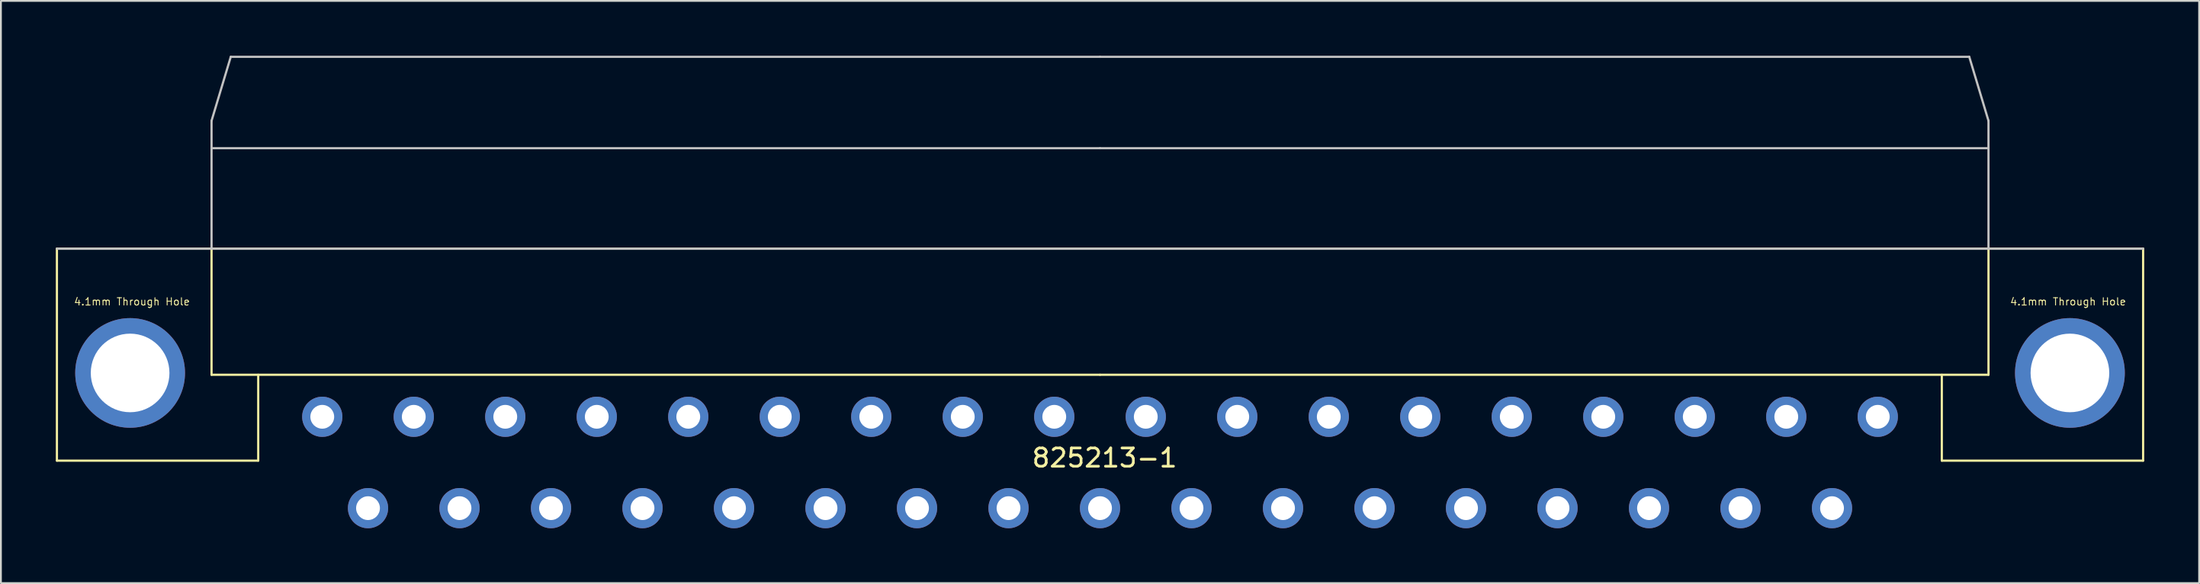
<source format=kicad_pcb>
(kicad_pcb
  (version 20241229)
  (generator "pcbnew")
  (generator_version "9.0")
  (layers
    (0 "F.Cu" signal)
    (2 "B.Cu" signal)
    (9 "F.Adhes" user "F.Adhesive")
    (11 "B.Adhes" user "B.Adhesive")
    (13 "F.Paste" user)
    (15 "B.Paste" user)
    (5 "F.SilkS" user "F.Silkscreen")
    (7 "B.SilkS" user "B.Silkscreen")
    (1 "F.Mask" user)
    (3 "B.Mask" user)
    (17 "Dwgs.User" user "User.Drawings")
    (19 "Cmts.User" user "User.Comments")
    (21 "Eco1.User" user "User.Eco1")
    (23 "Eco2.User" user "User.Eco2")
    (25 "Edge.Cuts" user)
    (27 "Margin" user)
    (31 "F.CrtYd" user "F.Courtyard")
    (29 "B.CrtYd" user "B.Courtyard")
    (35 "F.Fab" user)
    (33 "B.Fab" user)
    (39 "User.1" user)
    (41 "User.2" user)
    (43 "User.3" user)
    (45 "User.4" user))
  (footprint "825213-1"
    (layer "F.Cu")
    (at 57.06 17.46)
    (property "Reference" "825213-1" (at 0.25 4.55 0) (layer "F.SilkS") (effects (font (size 1 1) (thickness 0.15))))
    (attr through_hole)
    (fp_line (start -57 4.7) (end -57 -6.9) (stroke (width 0.12) (type solid)) (layer "F.SilkS"))
    (fp_line (start -57 4.7) (end -46 4.7) (stroke (width 0.12) (type solid)) (layer "F.SilkS"))
    (fp_line (start -48.55 0) (end -48.55 -6.9) (stroke (width 0.12) (type solid)) (layer "F.SilkS"))
    (fp_line (start -48.55 0) (end 0 0) (stroke (width 0.12) (type solid)) (layer "F.SilkS"))
    (fp_line (start -46 0) (end -46 4.7) (stroke (width 0.12) (type solid)) (layer "F.SilkS"))
    (fp_line (start 46 0) (end 46 4.7) (stroke (width 0.12) (type solid)) (layer "F.SilkS"))
    (fp_line (start 48.55 0) (end 0 0) (stroke (width 0.12) (type solid)) (layer "F.SilkS"))
    (fp_line (start 48.55 0) (end 48.55 -6.9) (stroke (width 0.12) (type solid)) (layer "F.SilkS"))
    (fp_line (start 57 -6.9) (end -57 -6.9) (stroke (width 0.12) (type solid)) (layer "F.SilkS"))
    (fp_line (start 57 4.7) (end 46 4.7) (stroke (width 0.12) (type solid)) (layer "F.SilkS"))
    (fp_line (start 57 4.7) (end 57 -6.9) (stroke (width 0.12) (type solid)) (layer "F.SilkS"))
    (fp_circle (center -53 -0.1) (end -55.05 -0.1) (stroke (width 0.12) (type solid)) (fill no) (layer "F.SilkS"))
    (fp_circle (center 53 -0.1) (end 55.05 -0.1) (stroke (width 0.12) (type solid)) (fill no) (layer "F.SilkS"))
    (fp_line (start -48.55 -13.9) (end -48.55 -6.9) (stroke (width 0.12) (type solid)) (layer "Dwgs.User"))
    (fp_line (start -48.55 -13.9) (end -47.5 -17.4) (stroke (width 0.12) (type solid)) (layer "Dwgs.User"))
    (fp_line (start -48.55 -12.4) (end 0 -12.4) (stroke (width 0.12) (type solid)) (layer "Dwgs.User"))
    (fp_line (start 0 -17.4) (end -47.5 -17.4) (stroke (width 0.12) (type solid)) (layer "Dwgs.User"))
    (fp_line (start 0 -17.4) (end 47.5 -17.4) (stroke (width 0.12) (type solid)) (layer "Dwgs.User"))
    (fp_line (start 48.55 -13.9) (end 47.5 -17.4) (stroke (width 0.12) (type solid)) (layer "Dwgs.User"))
    (fp_line (start 48.55 -13.9) (end 48.55 -6.9) (stroke (width 0.12) (type solid)) (layer "Dwgs.User"))
    (fp_line (start 48.55 -12.4) (end 0 -12.4) (stroke (width 0.12) (type solid)) (layer "Dwgs.User"))
    (fp_line (start 57 -6.9) (end -57 -6.9) (stroke (width 0.12) (type solid)) (layer "Dwgs.User"))
    (fp_text user "4.1mm Through Hole" (at 52.9 -4 0) (layer "F.SilkS") (effects (font (size 0.4 0.4) (thickness 0.05))))
    (fp_text user "4.1mm Through Hole" (at -52.9 -4 0) (layer "F.SilkS") (effects (font (size 0.4 0.4) (thickness 0.05))))
    (pad "1" thru_hole circle (at 42.5 2.3) (size 2.2 2.2) (drill 1.3) (layers "*.Cu" "*.Mask"))
    (pad "2" thru_hole circle (at 37.5 2.3) (size 2.2 2.2) (drill 1.3) (layers "*.Cu" "*.Mask"))
    (pad "3" thru_hole circle (at 32.5 2.3) (size 2.2 2.2) (drill 1.3) (layers "*.Cu" "*.Mask"))
    (pad "4" thru_hole circle (at 27.5 2.3) (size 2.2 2.2) (drill 1.3) (layers "*.Cu" "*.Mask"))
    (pad "5" thru_hole circle (at 22.5 2.3) (size 2.2 2.2) (drill 1.3) (layers "*.Cu" "*.Mask"))
    (pad "6" thru_hole circle (at 17.5 2.3) (size 2.2 2.2) (drill 1.3) (layers "*.Cu" "*.Mask"))
    (pad "7" thru_hole circle (at 12.5 2.3) (size 2.2 2.2) (drill 1.3) (layers "*.Cu" "*.Mask"))
    (pad "8" thru_hole circle (at 7.5 2.3) (size 2.2 2.2) (drill 1.3) (layers "*.Cu" "*.Mask"))
    (pad "9" thru_hole circle (at 2.5 2.3) (size 2.2 2.2) (drill 1.3) (layers "*.Cu" "*.Mask"))
    (pad "10" thru_hole circle (at -2.5 2.3) (size 2.2 2.2) (drill 1.3) (layers "*.Cu" "*.Mask"))
    (pad "11" thru_hole circle (at -7.5 2.3) (size 2.2 2.2) (drill 1.3) (layers "*.Cu" "*.Mask"))
    (pad "12" thru_hole circle (at -12.5 2.3) (size 2.2 2.2) (drill 1.3) (layers "*.Cu" "*.Mask"))
    (pad "13" thru_hole circle (at -17.5 2.3) (size 2.2 2.2) (drill 1.3) (layers "*.Cu" "*.Mask"))
    (pad "14" thru_hole circle (at -22.5 2.3) (size 2.2 2.2) (drill 1.3) (layers "*.Cu" "*.Mask"))
    (pad "15" thru_hole circle (at -27.5 2.3) (size 2.2 2.2) (drill 1.3) (layers "*.Cu" "*.Mask"))
    (pad "16" thru_hole circle (at -32.5 2.3) (size 2.2 2.2) (drill 1.3) (layers "*.Cu" "*.Mask"))
    (pad "17" thru_hole circle (at -37.5 2.3) (size 2.2 2.2) (drill 1.3) (layers "*.Cu" "*.Mask"))
    (pad "18" thru_hole circle (at -42.5 2.3) (size 2.2 2.2) (drill 1.3) (layers "*.Cu" "*.Mask"))
    (pad "19" thru_hole circle (at 40 7.3) (size 2.2 2.2) (drill 1.3) (layers "*.Cu" "*.Mask"))
    (pad "20" thru_hole circle (at 35 7.3) (size 2.2 2.2) (drill 1.3) (layers "*.Cu" "*.Mask"))
    (pad "21" thru_hole circle (at 30 7.3) (size 2.2 2.2) (drill 1.3) (layers "*.Cu" "*.Mask"))
    (pad "22" thru_hole circle (at 25 7.3) (size 2.2 2.2) (drill 1.3) (layers "*.Cu" "*.Mask"))
    (pad "23" thru_hole circle (at 20 7.3) (size 2.2 2.2) (drill 1.3) (layers "*.Cu" "*.Mask"))
    (pad "24" thru_hole circle (at 15 7.3) (size 2.2 2.2) (drill 1.3) (layers "*.Cu" "*.Mask"))
    (pad "25" thru_hole circle (at 10 7.3) (size 2.2 2.2) (drill 1.3) (layers "*.Cu" "*.Mask"))
    (pad "26" thru_hole circle (at 5 7.3) (size 2.2 2.2) (drill 1.3) (layers "*.Cu" "*.Mask"))
    (pad "27" thru_hole circle (at 0 7.3) (size 2.2 2.2) (drill 1.3) (layers "*.Cu" "*.Mask"))
    (pad "28" thru_hole circle (at -5 7.3) (size 2.2 2.2) (drill 1.3) (layers "*.Cu" "*.Mask"))
    (pad "29" thru_hole circle (at -10 7.3) (size 2.2 2.2) (drill 1.3) (layers "*.Cu" "*.Mask"))
    (pad "30" thru_hole circle (at -15 7.3) (size 2.2 2.2) (drill 1.3) (layers "*.Cu" "*.Mask"))
    (pad "31" thru_hole circle (at -20 7.3) (size 2.2 2.2) (drill 1.3) (layers "*.Cu" "*.Mask"))
    (pad "32" thru_hole circle (at -25 7.3) (size 2.2 2.2) (drill 1.3) (layers "*.Cu" "*.Mask"))
    (pad "33" thru_hole circle (at -30 7.3) (size 2.2 2.2) (drill 1.3) (layers "*.Cu" "*.Mask"))
    (pad "34" thru_hole circle (at -35 7.3) (size 2.2 2.2) (drill 1.3) (layers "*.Cu" "*.Mask"))
    (pad "35" thru_hole circle (at -40 7.3) (size 2.2 2.2) (drill 1.3) (layers "*.Cu" "*.Mask"))
    (pad "L" thru_hole circle (at -53 -0.1) (size 6 6) (drill 4.3) (layers "*.Cu" "*.Mask"))
    (pad "R" thru_hole circle (at 53 -0.1) (size 6 6) (drill 4.3) (layers "*.Cu" "*.Mask")))
  (gr_rect
    (start -3 -3)
    (end 117.12 28.86)
    (stroke (width 0.1) (type default))
    (fill no)
    (layer "Edge.Cuts")))
</source>
